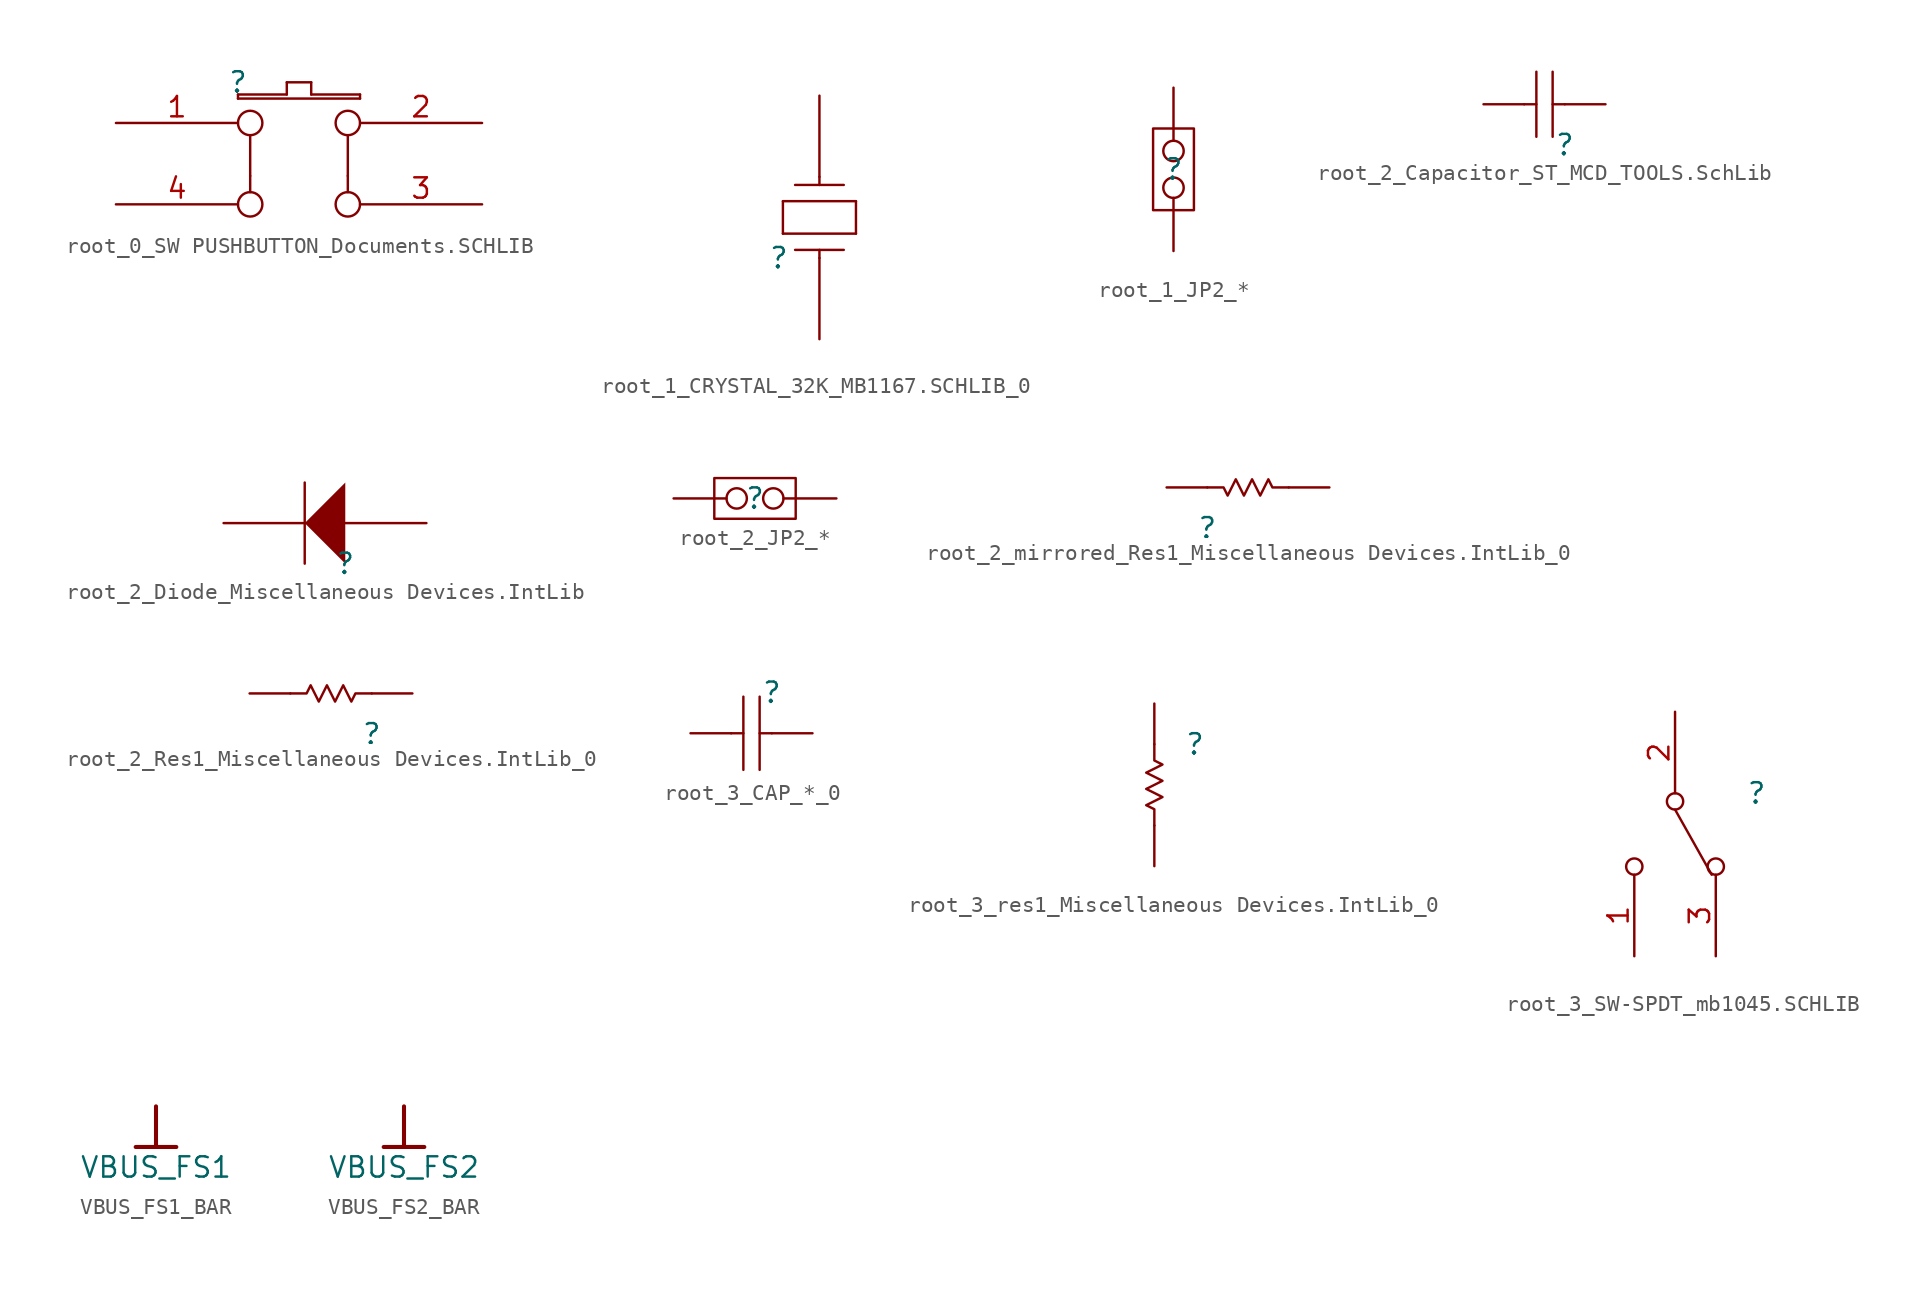
<source format=kicad_sym>
(kicad_symbol_lib
  (version 20241209)
  (generator "kicad_symbol_editor")
  (generator_version "9.0")
  (symbol "root_0_SW PUSHBUTTON_Documents.SCHLIB"
    (pin_names
      (hide yes))
    (property "Reference" ""
      (at 0 0 0)
      (effects (font (size 1.27 1.27))))
    (property "Value" ""
      (at 0 0 0)
      (effects (font (size 1.27 1.27))))
    (symbol "root_0_SW PUSHBUTTON_Documents.SCHLIB_1_0"
      (polyline (pts (xy 0 -0.762) (xy 0 -1.016)) (stroke (width 0) (type solid)) (fill (type none)))
      (polyline (pts (xy 0 -1.016) (xy 7.62 -1.016)) (stroke (width 0) (type solid)) (fill (type none)))
      (circle (center 0.762 -2.54) (radius 0.762) (stroke (width 0) (type solid)) (fill (type none)))
      (polyline (pts (xy 0.762 -3.302) (xy 0.762 -5.842)) (stroke (width 0) (type solid)) (fill (type none)))
      (polyline (pts (xy 0.762 -5.842) (xy 0.762 -6.858)) (stroke (width 0) (type solid)) (fill (type none)))
      (circle (center 0.762 -7.62) (radius 0.762) (stroke (width 0) (type solid)) (fill (type none)))
      (polyline (pts (xy 3.048 0) (xy 3.048 -0.762)) (stroke (width 0) (type solid)) (fill (type none)))
      (polyline (pts (xy 3.048 -0.762) (xy 0 -0.762)) (stroke (width 0) (type solid)) (fill (type none)))
      (polyline (pts (xy 4.572 0) (xy 3.048 0)) (stroke (width 0) (type solid)) (fill (type none)))
      (polyline (pts (xy 4.572 -0.762) (xy 4.572 0)) (stroke (width 0) (type solid)) (fill (type none)))
      (circle (center 6.858 -2.54) (radius 0.762) (stroke (width 0) (type solid)) (fill (type none)))
      (polyline (pts (xy 6.858 -3.302) (xy 6.858 -5.842)) (stroke (width 0) (type solid)) (fill (type none)))
      (polyline (pts (xy 6.858 -5.842) (xy 6.858 -6.858)) (stroke (width 0) (type solid)) (fill (type none)))
      (circle (center 6.858 -7.62) (radius 0.762) (stroke (width 0) (type solid)) (fill (type none)))
      (polyline (pts (xy 7.62 -0.762) (xy 4.572 -0.762)) (stroke (width 0) (type solid)) (fill (type none)))
      (polyline (pts (xy 7.62 -1.016) (xy 7.62 -0.762)) (stroke (width 0) (type solid)) (fill (type none)))
      (pin passive line (at -7.62 -2.54 0) (length 7.62) (name "A0" (effects (font (size 1.27 1.27)))) (number "1" (effects (font (size 1.27 1.27)))))
      (pin passive line (at -7.62 -7.62 0) (length 7.62) (name "A1" (effects (font (size 1.27 1.27)))) (number "4" (effects (font (size 1.27 1.27)))))
      (pin passive line (at 15.24 -2.54 180) (length 7.62) (name "B0" (effects (font (size 1.27 1.27)))) (number "2" (effects (font (size 1.27 1.27)))))
      (pin passive line (at 15.24 -7.62 180) (length 7.62) (name "B1" (effects (font (size 1.27 1.27)))) (number "3" (effects (font (size 1.27 1.27)))))))
  (symbol "root_1_CRYSTAL_32K_MB1167.SCHLIB_0"
    (pin_numbers
      (hide yes))
    (pin_names
      (hide yes))
    (property "Reference" ""
      (at 0 0 0)
      (effects (font (size 1.27 1.27))))
    (property "Value" ""
      (at 0 0 0)
      (effects (font (size 1.27 1.27))))
    (symbol "root_1_CRYSTAL_32K_MB1167.SCHLIB_0_1_0"
      (polyline (pts (xy 0.254 3.556) (xy 4.826 3.556)) (stroke (width 0) (type solid)) (fill (type none)))
      (polyline (pts (xy 0.254 1.524) (xy 0.254 3.556)) (stroke (width 0) (type solid)) (fill (type none)))
      (polyline (pts (xy 0.254 1.524) (xy 4.826 1.524)) (stroke (width 0) (type solid)) (fill (type none)))
      (polyline (pts (xy 1.016 4.572) (xy 4.064 4.572)) (stroke (width 0) (type solid)) (fill (type none)))
      (polyline (pts (xy 1.016 0.508) (xy 4.064 0.508)) (stroke (width 0) (type solid)) (fill (type none)))
      (polyline (pts (xy 2.54 4.572) (xy 2.54 5.08)) (stroke (width 0) (type solid)) (fill (type none)))
      (polyline (pts (xy 2.54 0) (xy 2.54 0.508)) (stroke (width 0) (type solid)) (fill (type none)))
      (polyline (pts (xy 4.826 1.524) (xy 4.826 3.556)) (stroke (width 0) (type solid)) (fill (type none)))
      (pin passive line (at 2.54 10.16 270) (length 5.08) (name "2" (effects (font (size 1.27 1.27)))) (number "2" (effects (font (size 1.27 1.27)))))
      (pin passive line (at 2.54 -5.08 90) (length 5.08) (name "1" (effects (font (size 1.27 1.27)))) (number "1" (effects (font (size 1.27 1.27)))))))
  (symbol "root_1_JP2_*"
    (pin_numbers
      (hide yes))
    (pin_names
      (hide yes))
    (property "Reference" ""
      (at 0 0 0)
      (effects (font (size 1.27 1.27))))
    (property "Value" ""
      (at 0 0 0)
      (effects (font (size 1.27 1.27))))
    (symbol "root_1_JP2_*_1_0"
      (polyline (pts (xy -1.27 -2.54) (xy -1.27 2.54) (xy 1.27 2.54) (xy 1.27 -2.54) (xy -1.27 -2.54)) (stroke (width 0) (type solid)) (fill (type none)))
      (pin passive inverted (at 0 5.08 270) (length 4.572) (name "NO" (effects (font (size 1.27 1.27)))) (number "2" (effects (font (size 1.27 1.27)))))
      (pin passive inverted (at 0 -5.08 90) (length 4.572) (name "COMMON" (effects (font (size 1.27 1.27)))) (number "1" (effects (font (size 1.27 1.27)))))))
  (symbol "root_2_Capacitor_ST_MCD_TOOLS.SchLib"
    (pin_numbers
      (hide yes))
    (pin_names
      (hide yes))
    (property "Reference" ""
      (at 0 0 0)
      (effects (font (size 1.27 1.27))))
    (property "Value" ""
      (at 0 0 0)
      (effects (font (size 1.27 1.27))))
    (symbol "root_2_Capacitor_ST_MCD_TOOLS.SchLib_1_0"
      (polyline (pts (xy -2.54 2.54) (xy -1.778 2.54)) (stroke (width 0) (type solid)) (fill (type none)))
      (polyline (pts (xy -1.778 0.508) (xy -1.778 4.572)) (stroke (width 0) (type solid)) (fill (type none)))
      (polyline (pts (xy -0.762 4.572) (xy -0.762 0.508)) (stroke (width 0) (type solid)) (fill (type none)))
      (polyline (pts (xy 0 2.54) (xy -0.762 2.54)) (stroke (width 0) (type solid)) (fill (type none)))
      (pin passive line (at -5.08 2.54 0) (length 2.54) (name "2" (effects (font (size 1.27 1.27)))) (number "2" (effects (font (size 1.27 1.27)))))
      (pin passive line (at 2.54 2.54 180) (length 2.54) (name "1" (effects (font (size 1.27 1.27)))) (number "1" (effects (font (size 1.27 1.27)))))))
  (symbol "root_2_Diode_Miscellaneous Devices.IntLib"
    (pin_numbers
      (hide yes))
    (pin_names
      (hide yes))
    (property "Reference" ""
      (at 0 0 0)
      (effects (font (size 1.27 1.27))))
    (property "Value" ""
      (at 0 0 0)
      (effects (font (size 1.27 1.27))))
    (symbol "root_2_Diode_Miscellaneous Devices.IntLib_1_0"
      (polyline (pts (xy -2.54 0) (xy -2.54 5.08)) (stroke (width 0) (type solid)) (fill (type none)))
      (polyline (pts (xy 0 5.08) (xy -2.54 2.54) (xy 0 0) (xy 0 5.08)) (stroke (width -0.0001) (type solid)) (fill (type outline)))
      (pin passive line (at -7.62 2.54 0) (length 5.08) (name "K" (effects (font (size 1.27 1.27)))) (number "2" (effects (font (size 1.27 1.27)))))
      (pin passive line (at 5.08 2.54 180) (length 5.08) (name "A" (effects (font (size 1.27 1.27)))) (number "1" (effects (font (size 1.27 1.27)))))))
  (symbol "root_2_JP2_*"
    (pin_numbers
      (hide yes))
    (pin_names
      (hide yes))
    (property "Reference" ""
      (at 0 0 0)
      (effects (font (size 1.27 1.27))))
    (property "Value" ""
      (at 0 0 0)
      (effects (font (size 1.27 1.27))))
    (symbol "root_2_JP2_*_1_0"
      (polyline (pts (xy 2.54 -1.27) (xy -2.54 -1.27) (xy -2.54 1.27) (xy 2.54 1.27) (xy 2.54 -1.27)) (stroke (width 0) (type solid)) (fill (type none)))
      (pin passive inverted (at -5.08 0 0) (length 4.572) (name "NO" (effects (font (size 1.27 1.27)))) (number "2" (effects (font (size 1.27 1.27)))))
      (pin passive inverted (at 5.08 0 180) (length 4.572) (name "COMMON" (effects (font (size 1.27 1.27)))) (number "1" (effects (font (size 1.27 1.27)))))))
  (symbol "root_2_mirrored_Res1_Miscellaneous Devices.IntLib_0"
    (pin_numbers
      (hide yes))
    (pin_names
      (hide yes))
    (property "Reference" ""
      (at 0 0 0)
      (effects (font (size 1.27 1.27))))
    (property "Value" ""
      (at 0 0 0)
      (effects (font (size 1.27 1.27))))
    (symbol "root_2_mirrored_Res1_Miscellaneous Devices.IntLib_0_1_0"
      (polyline (pts (xy 5.08 2.54) (xy 4.064 2.54) (xy 3.81 3.048) (xy 3.302 2.032) (xy 2.794 3.048) (xy 2.286 2.032) (xy 1.778 3.048) (xy 1.27 2.032) (xy 1.016 2.54) (xy 0 2.54)) (stroke (width 0) (type solid)) (fill (type none)))
      (pin passive line (at -2.54 2.54 0) (length 2.54) (name "1" (effects (font (size 1.27 1.27)))) (number "1" (effects (font (size 1.27 1.27)))))
      (pin passive line (at 7.62 2.54 180) (length 2.54) (name "2" (effects (font (size 1.27 1.27)))) (number "2" (effects (font (size 1.27 1.27)))))))
  (symbol "root_2_Res1_Miscellaneous Devices.IntLib_0"
    (pin_numbers
      (hide yes))
    (pin_names
      (hide yes))
    (property "Reference" ""
      (at 0 0 0)
      (effects (font (size 1.27 1.27))))
    (property "Value" ""
      (at 0 0 0)
      (effects (font (size 1.27 1.27))))
    (symbol "root_2_Res1_Miscellaneous Devices.IntLib_0_1_0"
      (polyline (pts (xy -5.08 2.54) (xy -4.064 2.54) (xy -3.81 3.048) (xy -3.302 2.032) (xy -2.794 3.048) (xy -2.286 2.032) (xy -1.778 3.048) (xy -1.27 2.032) (xy -1.016 2.54) (xy 0 2.54)) (stroke (width 0) (type solid)) (fill (type none)))
      (pin passive line (at -7.62 2.54 0) (length 2.54) (name "2" (effects (font (size 1.27 1.27)))) (number "2" (effects (font (size 1.27 1.27)))))
      (pin passive line (at 2.54 2.54 180) (length 2.54) (name "1" (effects (font (size 1.27 1.27)))) (number "1" (effects (font (size 1.27 1.27)))))))
  (symbol "root_3_CAP_*_0"
    (pin_numbers
      (hide yes))
    (pin_names
      (hide yes))
    (property "Reference" ""
      (at 0 0 0)
      (effects (font (size 1.27 1.27))))
    (property "Value" ""
      (at 0 0 0)
      (effects (font (size 1.27 1.27))))
    (symbol "root_3_CAP_*_0_1_0"
      (polyline (pts (xy -1.778 -0.254) (xy -1.778 -4.826)) (stroke (width 0) (type solid)) (fill (type none)))
      (polyline (pts (xy -1.778 -2.54) (xy -2.54 -2.54)) (stroke (width 0) (type solid)) (fill (type none)))
      (polyline (pts (xy -0.762 -0.254) (xy -0.762 -4.826)) (stroke (width 0) (type solid)) (fill (type none)))
      (polyline (pts (xy 0 -2.54) (xy -0.762 -2.54)) (stroke (width 0) (type solid)) (fill (type none)))
      (pin passive line (at -5.08 -2.54 0) (length 2.54) (name "2" (effects (font (size 1.27 1.27)))) (number "2" (effects (font (size 1.27 1.27)))))
      (pin passive line (at 2.54 -2.54 180) (length 2.54) (name "1" (effects (font (size 1.27 1.27)))) (number "1" (effects (font (size 1.27 1.27)))))))
  (symbol "root_3_res1_Miscellaneous Devices.IntLib_0"
    (pin_numbers
      (hide yes))
    (pin_names
      (hide yes))
    (property "Reference" ""
      (at 0 0 0)
      (effects (font (size 1.27 1.27))))
    (property "Value" ""
      (at 0 0 0)
      (effects (font (size 1.27 1.27))))
    (symbol "root_3_res1_Miscellaneous Devices.IntLib_0_1_0"
      (polyline (pts (xy -2.54 -5.08) (xy -2.54 -4.064) (xy -3.048 -3.81) (xy -2.032 -3.302) (xy -3.048 -2.794) (xy -2.032 -2.286) (xy -3.048 -1.778) (xy -2.032 -1.27) (xy -2.54 -1.016) (xy -2.54 0)) (stroke (width 0) (type solid)) (fill (type none)))
      (pin passive line (at -2.54 2.54 270) (length 2.54) (name "1" (effects (font (size 1.27 1.27)))) (number "1" (effects (font (size 1.27 1.27)))))
      (pin passive line (at -2.54 -7.62 90) (length 2.54) (name "2" (effects (font (size 1.27 1.27)))) (number "2" (effects (font (size 1.27 1.27)))))))
  (symbol "root_3_SW-SPDT_mb1045.SCHLIB"
    (pin_names
      (hide yes))
    (property "Reference" ""
      (at 0 0 0)
      (effects (font (size 1.27 1.27))))
    (property "Value" ""
      (at 0 0 0)
      (effects (font (size 1.27 1.27))))
    (symbol "root_3_SW-SPDT_mb1045.SCHLIB_1_0"
      (circle (center -7.62 -4.572) (radius 0.508) (stroke (width 0) (type solid)) (fill (type none)))
      (circle (center -5.08 -0.508) (radius 0.508) (stroke (width 0) (type solid)) (fill (type none)))
      (polyline (pts (xy -5.08 -1.016) (xy -2.794 -5.08)) (stroke (width 0) (type solid)) (fill (type none)))
      (circle (center -2.54 -4.572) (radius 0.508) (stroke (width 0) (type solid)) (fill (type none)))
      (pin passive line (at -7.62 -10.16 90) (length 5.08) (name "" (effects (font (size 1.27 1.27)))) (number "1" (effects (font (size 1.27 1.27)))))
      (pin passive line (at -5.08 5.08 270) (length 5.08) (name "" (effects (font (size 1.27 1.27)))) (number "2" (effects (font (size 1.27 1.27)))))
      (pin passive line (at -2.54 -10.16 90) (length 5.08) (name "" (effects (font (size 1.27 1.27)))) (number "3" (effects (font (size 1.27 1.27)))))))
  (symbol "VBUS_FS1_BAR"
    (power)
    (property "Reference" "#PWR"
      (at 0 0 0)
      (effects (font (size 1.27 1.27)) (hide yes)))
    (property "Value" "VBUS_FS1"
      (at 0 -3.81 0)
      (effects (font (size 1.27 1.27))))
    (symbol "VBUS_FS1_BAR_0_0"
      (polyline (pts (xy -1.27 -2.54) (xy 1.27 -2.54)) (stroke (width 0.254) (type solid)) (fill (type none)))
      (polyline (pts (xy 0 0) (xy 0 -2.54)) (stroke (width 0.254) (type solid)) (fill (type none)))
      (pin power_in line (at 0 0 0) (length 0) (hide yes) (name "VBUS_FS1" (effects (font (size 1.27 1.27)))) (number "" (effects (font (size 1.27 1.27)))))))
  (symbol "VBUS_FS2_BAR"
    (power)
    (property "Reference" "#PWR"
      (at 0 0 0)
      (effects (font (size 1.27 1.27)) (hide yes)))
    (property "Value" "VBUS_FS2"
      (at 0 -3.81 0)
      (effects (font (size 1.27 1.27))))
    (symbol "VBUS_FS2_BAR_0_0"
      (polyline (pts (xy -1.27 -2.54) (xy 1.27 -2.54)) (stroke (width 0.254) (type solid)) (fill (type none)))
      (polyline (pts (xy 0 0) (xy 0 -2.54)) (stroke (width 0.254) (type solid)) (fill (type none)))
      (pin power_in line (at 0 0 0) (length 0) (hide yes) (name "VBUS_FS2" (effects (font (size 1.27 1.27)))) (number "" (effects (font (size 1.27 1.27))))))))
</source>
